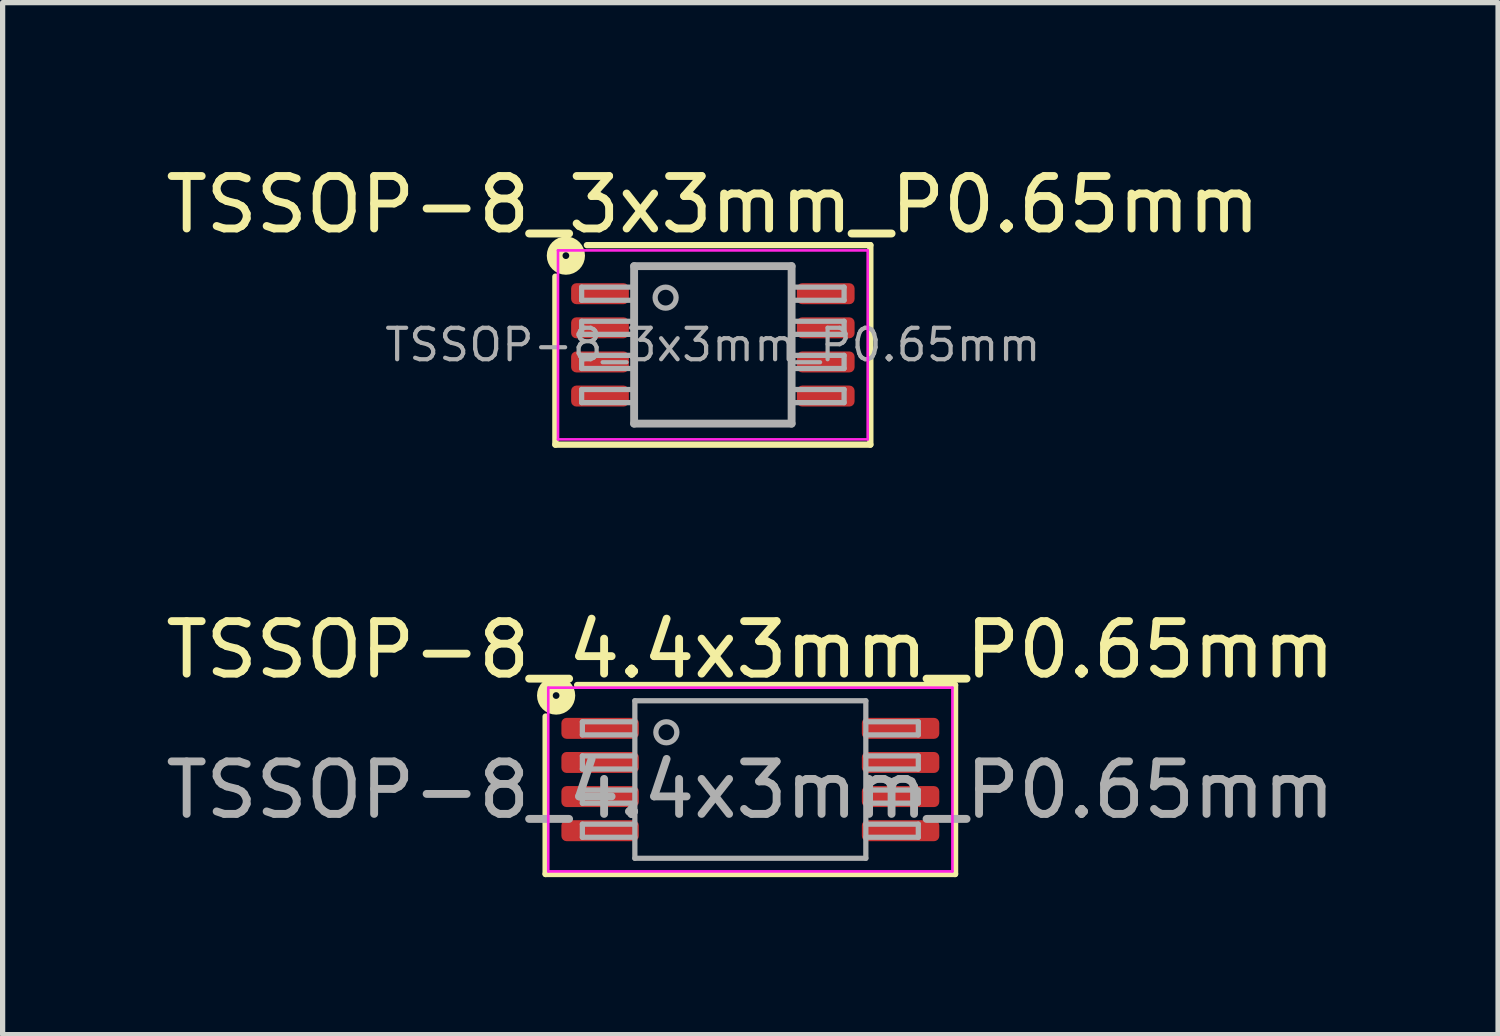
<source format=kicad_pcb>
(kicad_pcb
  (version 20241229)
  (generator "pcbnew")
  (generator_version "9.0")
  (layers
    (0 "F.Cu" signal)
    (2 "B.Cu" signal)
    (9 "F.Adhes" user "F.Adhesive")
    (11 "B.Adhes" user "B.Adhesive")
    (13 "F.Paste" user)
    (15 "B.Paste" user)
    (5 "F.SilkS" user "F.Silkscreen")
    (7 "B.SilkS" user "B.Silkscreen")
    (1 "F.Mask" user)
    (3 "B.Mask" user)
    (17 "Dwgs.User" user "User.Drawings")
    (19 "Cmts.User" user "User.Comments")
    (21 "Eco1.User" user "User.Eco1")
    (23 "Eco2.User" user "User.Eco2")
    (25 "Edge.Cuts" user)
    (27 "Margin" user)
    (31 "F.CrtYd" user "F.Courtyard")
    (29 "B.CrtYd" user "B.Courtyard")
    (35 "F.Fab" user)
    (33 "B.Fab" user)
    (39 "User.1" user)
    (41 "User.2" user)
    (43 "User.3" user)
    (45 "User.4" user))
  (footprint "TSSOP-8_4.4x3mm_P0.65mm"
    (layer "F.Cu")
    (at 11.244 11.8)
    (property "Reference" "TSSOP-8_4.4x3mm_P0.65mm" (at 0 -2.472 0) (layer "F.SilkS") (effects (font (size 1 1) (thickness 0.15))))
    (attr smd)
    (fp_line (start -3.9 -1.2) (end -3.9 1.8) (stroke (width 0.12) (type solid)) (layer "F.SilkS"))
    (fp_line (start -3.9 1.8) (end 3.9 1.8) (stroke (width 0.12) (type solid)) (layer "F.SilkS"))
    (fp_line (start 3.9 -1.8) (end -3.3 -1.8) (stroke (width 0.12) (type solid)) (layer "F.SilkS"))
    (fp_line (start 3.9 1.8) (end 3.9 -1.8) (stroke (width 0.12) (type solid)) (layer "F.SilkS"))
    (fp_circle (center -3.7 -1.6) (end -3.636 -1.6) (stroke (width 0.3) (type solid)) (fill no) (layer "F.SilkS"))
    (fp_line (start -3.85 -1.75) (end -3.85 1.75) (stroke (width 0.05) (type solid)) (layer "F.CrtYd"))
    (fp_line (start -3.85 1.75) (end 3.85 1.75) (stroke (width 0.05) (type solid)) (layer "F.CrtYd"))
    (fp_line (start 3.85 -1.75) (end -3.85 -1.75) (stroke (width 0.05) (type solid)) (layer "F.CrtYd"))
    (fp_line (start 3.85 1.75) (end 3.85 -1.75) (stroke (width 0.05) (type solid)) (layer "F.CrtYd"))
    (fp_line (start -3.2 -1.1) (end -3.2 -0.85) (stroke (width 0.1) (type solid)) (layer "F.Fab"))
    (fp_line (start -3.2 -1.1) (end -2.2 -1.1) (stroke (width 0.1) (type solid)) (layer "F.Fab"))
    (fp_line (start -3.2 -0.85) (end -2.2 -0.85) (stroke (width 0.1) (type solid)) (layer "F.Fab"))
    (fp_line (start -3.2 -0.45) (end -3.2 -0.2) (stroke (width 0.1) (type solid)) (layer "F.Fab"))
    (fp_line (start -3.2 -0.45) (end -2.2 -0.45) (stroke (width 0.1) (type solid)) (layer "F.Fab"))
    (fp_line (start -3.2 -0.2) (end -2.2 -0.2) (stroke (width 0.1) (type solid)) (layer "F.Fab"))
    (fp_line (start -3.2 0.2) (end -3.2 0.45) (stroke (width 0.1) (type solid)) (layer "F.Fab"))
    (fp_line (start -3.2 0.2) (end -2.2 0.2) (stroke (width 0.1) (type solid)) (layer "F.Fab"))
    (fp_line (start -3.2 0.45) (end -2.2 0.45) (stroke (width 0.1) (type solid)) (layer "F.Fab"))
    (fp_line (start -3.2 0.85) (end -3.2 1.1) (stroke (width 0.1) (type solid)) (layer "F.Fab"))
    (fp_line (start -3.2 0.85) (end -2.2 0.85) (stroke (width 0.1) (type solid)) (layer "F.Fab"))
    (fp_line (start -3.2 1.1) (end -2.2 1.1) (stroke (width 0.1) (type solid)) (layer "F.Fab"))
    (fp_line (start -2.2 -1.5) (end 2.2 -1.5) (stroke (width 0.1) (type solid)) (layer "F.Fab"))
    (fp_line (start -2.2 1.5) (end -2.2 -1.5) (stroke (width 0.1) (type solid)) (layer "F.Fab"))
    (fp_line (start 2.2 -1.5) (end 2.2 1.5) (stroke (width 0.1) (type solid)) (layer "F.Fab"))
    (fp_line (start 2.2 1.5) (end -2.2 1.5) (stroke (width 0.1) (type solid)) (layer "F.Fab"))
    (fp_line (start 3.2 -1.1) (end 2.2 -1.1) (stroke (width 0.1) (type solid)) (layer "F.Fab"))
    (fp_line (start 3.2 -0.85) (end 2.2 -0.85) (stroke (width 0.1) (type solid)) (layer "F.Fab"))
    (fp_line (start 3.2 -0.85) (end 3.2 -1.1) (stroke (width 0.1) (type solid)) (layer "F.Fab"))
    (fp_line (start 3.2 -0.45) (end 2.2 -0.45) (stroke (width 0.1) (type solid)) (layer "F.Fab"))
    (fp_line (start 3.2 -0.2) (end 2.2 -0.2) (stroke (width 0.1) (type solid)) (layer "F.Fab"))
    (fp_line (start 3.2 -0.2) (end 3.2 -0.45) (stroke (width 0.1) (type solid)) (layer "F.Fab"))
    (fp_line (start 3.2 0.2) (end 2.2 0.2) (stroke (width 0.1) (type solid)) (layer "F.Fab"))
    (fp_line (start 3.2 0.45) (end 2.2 0.45) (stroke (width 0.1) (type solid)) (layer "F.Fab"))
    (fp_line (start 3.2 0.45) (end 3.2 0.2) (stroke (width 0.1) (type solid)) (layer "F.Fab"))
    (fp_line (start 3.2 0.85) (end 2.2 0.85) (stroke (width 0.1) (type solid)) (layer "F.Fab"))
    (fp_line (start 3.2 1.1) (end 2.2 1.1) (stroke (width 0.1) (type solid)) (layer "F.Fab"))
    (fp_line (start 3.2 1.1) (end 3.2 0.85) (stroke (width 0.1) (type solid)) (layer "F.Fab"))
    (fp_circle (center -1.6 -0.9) (end -1.4 -0.9) (stroke (width 0.1) (type solid)) (fill no) (layer "F.Fab"))
    (fp_text user "${REFERENCE}" (at 0 0.2 0) (layer "F.Fab") (effects (font (size 1 1) (thickness 0.15))))
    (pad "1" smd roundrect (at -2.862 -0.975) (size 1.475 0.4) (layers "F.Cu" "F.Mask" "F.Paste") (roundrect_rratio 0.25))
    (pad "2" smd roundrect (at -2.862 -0.325) (size 1.475 0.4) (layers "F.Cu" "F.Mask" "F.Paste") (roundrect_rratio 0.25))
    (pad "3" smd roundrect (at -2.862 0.325) (size 1.475 0.4) (layers "F.Cu" "F.Mask" "F.Paste") (roundrect_rratio 0.25))
    (pad "4" smd roundrect (at -2.862 0.975) (size 1.475 0.4) (layers "F.Cu" "F.Mask" "F.Paste") (roundrect_rratio 0.25))
    (pad "5" smd roundrect (at 2.862 0.975) (size 1.475 0.4) (layers "F.Cu" "F.Mask" "F.Paste") (roundrect_rratio 0.25))
    (pad "6" smd roundrect (at 2.862 0.325) (size 1.475 0.4) (layers "F.Cu" "F.Mask" "F.Paste") (roundrect_rratio 0.25))
    (pad "7" smd roundrect (at 2.862 -0.325) (size 1.475 0.4) (layers "F.Cu" "F.Mask" "F.Paste") (roundrect_rratio 0.25))
    (pad "8" smd roundrect (at 2.862 -0.975) (size 1.475 0.4) (layers "F.Cu" "F.Mask" "F.Paste") (roundrect_rratio 0.25)))
  (footprint "TSSOP-8_3x3mm_P0.65mm"
    (layer "F.Cu")
    (at 10.53 3.52)
    (property "Reference" "TSSOP-8_3x3mm_P0.65mm" (at 0 -2.672 0) (layer "F.SilkS") (effects (font (size 1 1) (thickness 0.15))))
    (attr smd)
    (fp_line (start -3 -1.3) (end -3 1.9) (stroke (width 0.12) (type solid)) (layer "F.SilkS"))
    (fp_line (start -3 1.9) (end 3 1.9) (stroke (width 0.12) (type solid)) (layer "F.SilkS"))
    (fp_line (start 3 -1.9) (end -2.4 -1.9) (stroke (width 0.12) (type solid)) (layer "F.SilkS"))
    (fp_line (start 3 1.9) (end 3 -1.9) (stroke (width 0.12) (type solid)) (layer "F.SilkS"))
    (fp_circle (center -2.8 -1.7) (end -2.736 -1.7) (stroke (width 0.3) (type solid)) (fill no) (layer "F.SilkS"))
    (fp_line (start -2.95 -1.8) (end -2.95 1.8) (stroke (width 0.05) (type solid)) (layer "F.CrtYd"))
    (fp_line (start -2.95 -1.8) (end 2.95 -1.8) (stroke (width 0.05) (type solid)) (layer "F.CrtYd"))
    (fp_line (start -2.95 1.8) (end 2.95 1.8) (stroke (width 0.05) (type solid)) (layer "F.CrtYd"))
    (fp_line (start 2.95 -1.8) (end 2.95 1.8) (stroke (width 0.05) (type solid)) (layer "F.CrtYd"))
    (fp_line (start -2.5 -1.1) (end -2.5 -0.85) (stroke (width 0.1) (type solid)) (layer "F.Fab"))
    (fp_line (start -2.5 -1.1) (end -1.5 -1.1) (stroke (width 0.1) (type solid)) (layer "F.Fab"))
    (fp_line (start -2.5 -0.85) (end -1.5 -0.85) (stroke (width 0.1) (type solid)) (layer "F.Fab"))
    (fp_line (start -2.5 -0.45) (end -2.5 -0.2) (stroke (width 0.1) (type solid)) (layer "F.Fab"))
    (fp_line (start -2.5 -0.45) (end -1.5 -0.45) (stroke (width 0.1) (type solid)) (layer "F.Fab"))
    (fp_line (start -2.5 -0.2) (end -1.5 -0.2) (stroke (width 0.1) (type solid)) (layer "F.Fab"))
    (fp_line (start -2.5 0.2) (end -2.5 0.45) (stroke (width 0.1) (type solid)) (layer "F.Fab"))
    (fp_line (start -2.5 0.2) (end -1.5 0.2) (stroke (width 0.1) (type solid)) (layer "F.Fab"))
    (fp_line (start -2.5 0.45) (end -1.5 0.45) (stroke (width 0.1) (type solid)) (layer "F.Fab"))
    (fp_line (start -2.5 0.85) (end -2.5 1.1) (stroke (width 0.1) (type solid)) (layer "F.Fab"))
    (fp_line (start -2.5 0.85) (end -1.5 0.85) (stroke (width 0.1) (type solid)) (layer "F.Fab"))
    (fp_line (start -2.5 1.1) (end -1.5 1.1) (stroke (width 0.1) (type solid)) (layer "F.Fab"))
    (fp_line (start -1.5 -1.5) (end 1.5 -1.5) (stroke (width 0.15) (type solid)) (layer "F.Fab"))
    (fp_line (start -1.5 1.5) (end -1.5 -1.5) (stroke (width 0.15) (type solid)) (layer "F.Fab"))
    (fp_line (start 1.5 -1.5) (end 1.5 1.5) (stroke (width 0.15) (type solid)) (layer "F.Fab"))
    (fp_line (start 1.5 1.5) (end -1.5 1.5) (stroke (width 0.15) (type solid)) (layer "F.Fab"))
    (fp_line (start 2.5 -1.1) (end 1.5 -1.1) (stroke (width 0.1) (type solid)) (layer "F.Fab"))
    (fp_line (start 2.5 -0.85) (end 1.5 -0.85) (stroke (width 0.1) (type solid)) (layer "F.Fab"))
    (fp_line (start 2.5 -0.85) (end 2.5 -1.1) (stroke (width 0.1) (type solid)) (layer "F.Fab"))
    (fp_line (start 2.5 -0.45) (end 1.5 -0.45) (stroke (width 0.1) (type solid)) (layer "F.Fab"))
    (fp_line (start 2.5 -0.2) (end 1.5 -0.2) (stroke (width 0.1) (type solid)) (layer "F.Fab"))
    (fp_line (start 2.5 -0.2) (end 2.5 -0.45) (stroke (width 0.1) (type solid)) (layer "F.Fab"))
    (fp_line (start 2.5 0.2) (end 1.5 0.2) (stroke (width 0.1) (type solid)) (layer "F.Fab"))
    (fp_line (start 2.5 0.45) (end 1.5 0.45) (stroke (width 0.1) (type solid)) (layer "F.Fab"))
    (fp_line (start 2.5 0.45) (end 2.5 0.2) (stroke (width 0.1) (type solid)) (layer "F.Fab"))
    (fp_line (start 2.5 0.85) (end 1.5 0.85) (stroke (width 0.1) (type solid)) (layer "F.Fab"))
    (fp_line (start 2.5 1.1) (end 1.5 1.1) (stroke (width 0.1) (type solid)) (layer "F.Fab"))
    (fp_line (start 2.5 1.1) (end 2.5 0.85) (stroke (width 0.1) (type solid)) (layer "F.Fab"))
    (fp_circle (center -0.9 -0.9) (end -0.7 -0.9) (stroke (width 0.1) (type solid)) (fill no) (layer "F.Fab"))
    (fp_text user "${REFERENCE}" (at 0 0 0) (layer "F.Fab") (effects (font (size 0.6 0.6) (thickness 0.08))))
    (pad "1" smd roundrect (at -2.15 -0.975) (size 1.1 0.4) (layers "F.Cu" "F.Mask" "F.Paste") (roundrect_rratio 0.25))
    (pad "2" smd roundrect (at -2.15 -0.325) (size 1.1 0.4) (layers "F.Cu" "F.Mask" "F.Paste") (roundrect_rratio 0.25))
    (pad "3" smd roundrect (at -2.15 0.325) (size 1.1 0.4) (layers "F.Cu" "F.Mask" "F.Paste") (roundrect_rratio 0.25))
    (pad "4" smd roundrect (at -2.15 0.975) (size 1.1 0.4) (layers "F.Cu" "F.Mask" "F.Paste") (roundrect_rratio 0.25))
    (pad "5" smd roundrect (at 2.15 0.975) (size 1.1 0.4) (layers "F.Cu" "F.Mask" "F.Paste") (roundrect_rratio 0.25))
    (pad "6" smd roundrect (at 2.15 0.325) (size 1.1 0.4) (layers "F.Cu" "F.Mask" "F.Paste") (roundrect_rratio 0.25))
    (pad "7" smd roundrect (at 2.15 -0.325) (size 1.1 0.4) (layers "F.Cu" "F.Mask" "F.Paste") (roundrect_rratio 0.25))
    (pad "8" smd roundrect (at 2.15 -0.975) (size 1.1 0.4) (layers "F.Cu" "F.Mask" "F.Paste") (roundrect_rratio 0.25)))
  (gr_rect
    (start -3 -3)
    (end 25.488 16.66)
    (stroke (width 0.1) (type default))
    (fill no)
    (layer "Edge.Cuts")))
</source>
